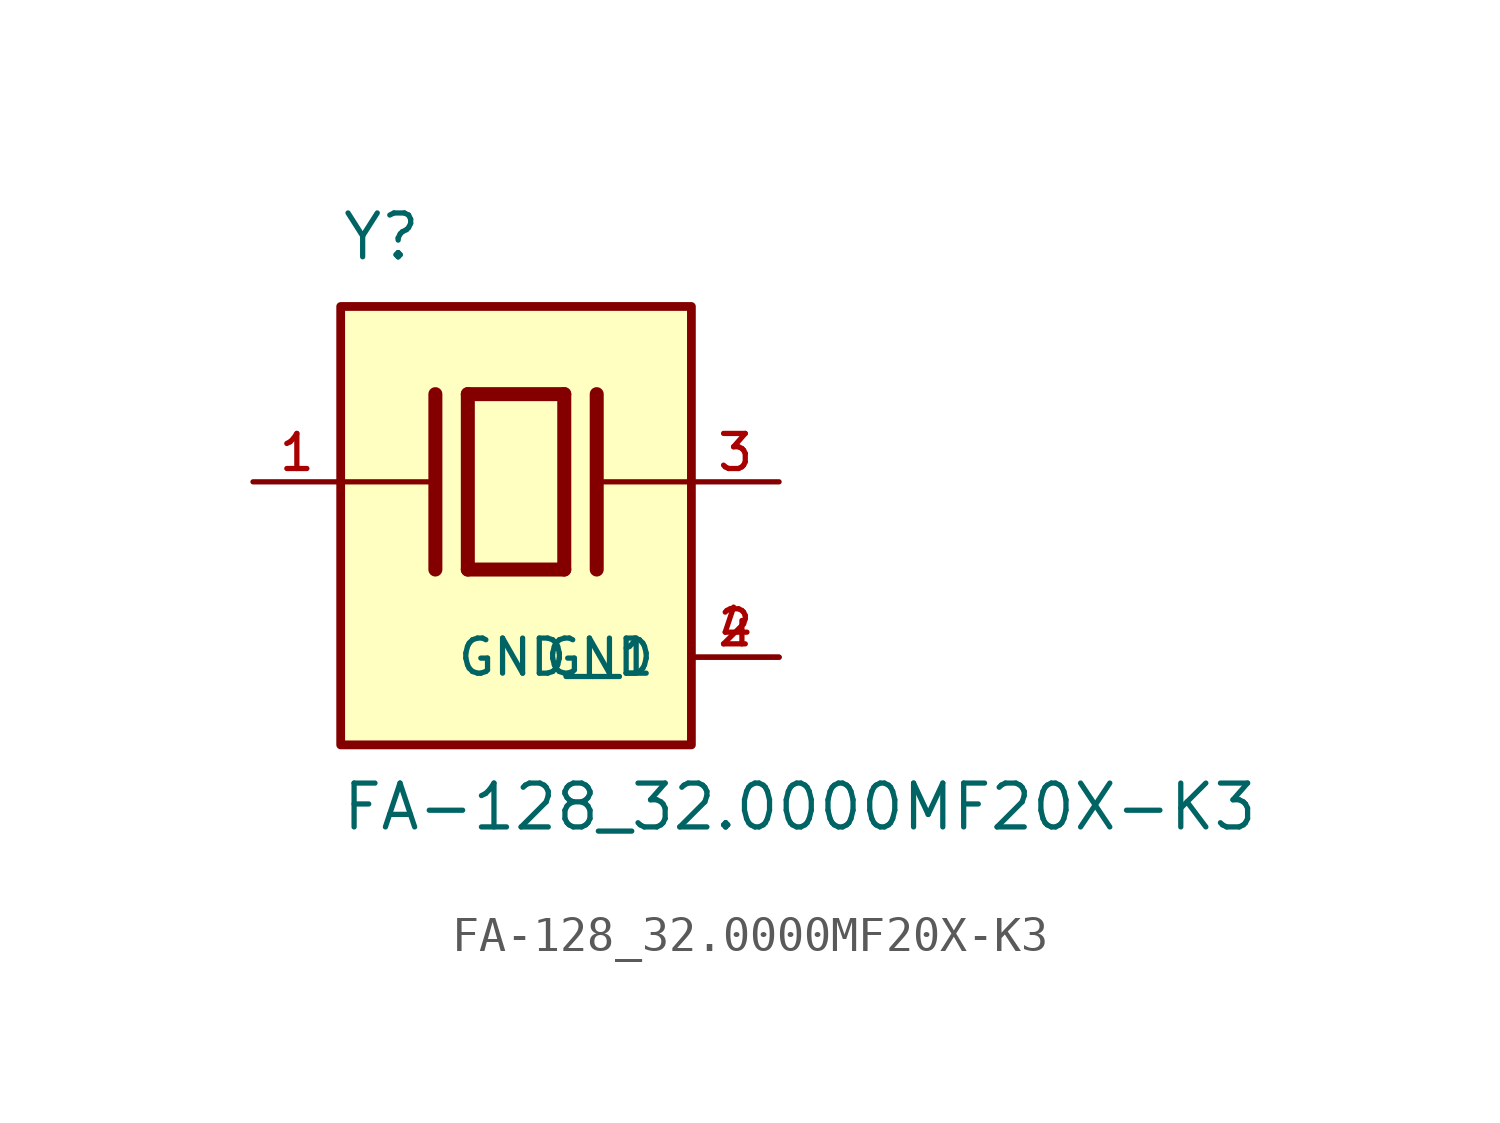
<source format=kicad_sym>
(kicad_symbol_lib
  (version 20211014)
  (generator kicad_symbol_editor)
  (symbol "FA-128_32.0000MF20X-K3"
    (pin_names
      (offset 1.016))
    (property "Reference" "Y"
      (at -5.088 6.356 0)
      (effects (font (size 1.27 1.27)) (justify bottom left)))
    (property "Value" "FA-128_32.0000MF20X-K3"
      (at -5.094 -10.16 0)
      (effects (font (size 1.27 1.27)) (justify bottom left)))
    (symbol "FA-128_32.0000MF20X-K3_0_0"
      (polyline (pts (xy -1.397 2.54) (xy 1.397 2.54)) (stroke (width 0.406)))
      (polyline (pts (xy 1.397 2.54) (xy 1.397 -2.54)) (stroke (width 0.406)))
      (polyline (pts (xy 1.397 -2.54) (xy -1.397 -2.54)) (stroke (width 0.406)))
      (polyline (pts (xy -1.397 2.54) (xy -1.397 -2.54)) (stroke (width 0.406)))
      (polyline (pts (xy 2.337 2.54) (xy 2.337 -2.54)) (stroke (width 0.406)))
      (polyline (pts (xy -2.337 2.54) (xy -2.337 -2.54)) (stroke (width 0.406)))
      (polyline (pts (xy -5.08 0.0) (xy -2.54 0.0)) (stroke (width 0.152)))
      (polyline (pts (xy 2.54 0.0) (xy 5.08 0.0)) (stroke (width 0.152)))
      (rectangle (start -5.08 -7.62) (end 5.08 5.08) (stroke (width 0.254)) (fill (type background)))
      (pin passive line (at 7.62 0.0 180.0) (length 2.54) (name "~" (effects (font (size 1.016 1.016)))) (number "3" (effects (font (size 1.016 1.016)))))
      (pin passive line (at -7.62 0.0 0) (length 2.54) (name "~" (effects (font (size 1.016 1.016)))) (number "1" (effects (font (size 1.016 1.016)))))
      (pin power_in line (at 7.62 -5.08 180.0) (length 2.54) (name "GND" (effects (font (size 1.016 1.016)))) (number "2" (effects (font (size 1.016 1.016)))))
      (pin power_in line (at 7.62 -5.08 180.0) (length 2.54) (name "GND__1" (effects (font (size 1.016 1.016)))) (number "4" (effects (font (size 1.016 1.016))))))))
</source>
